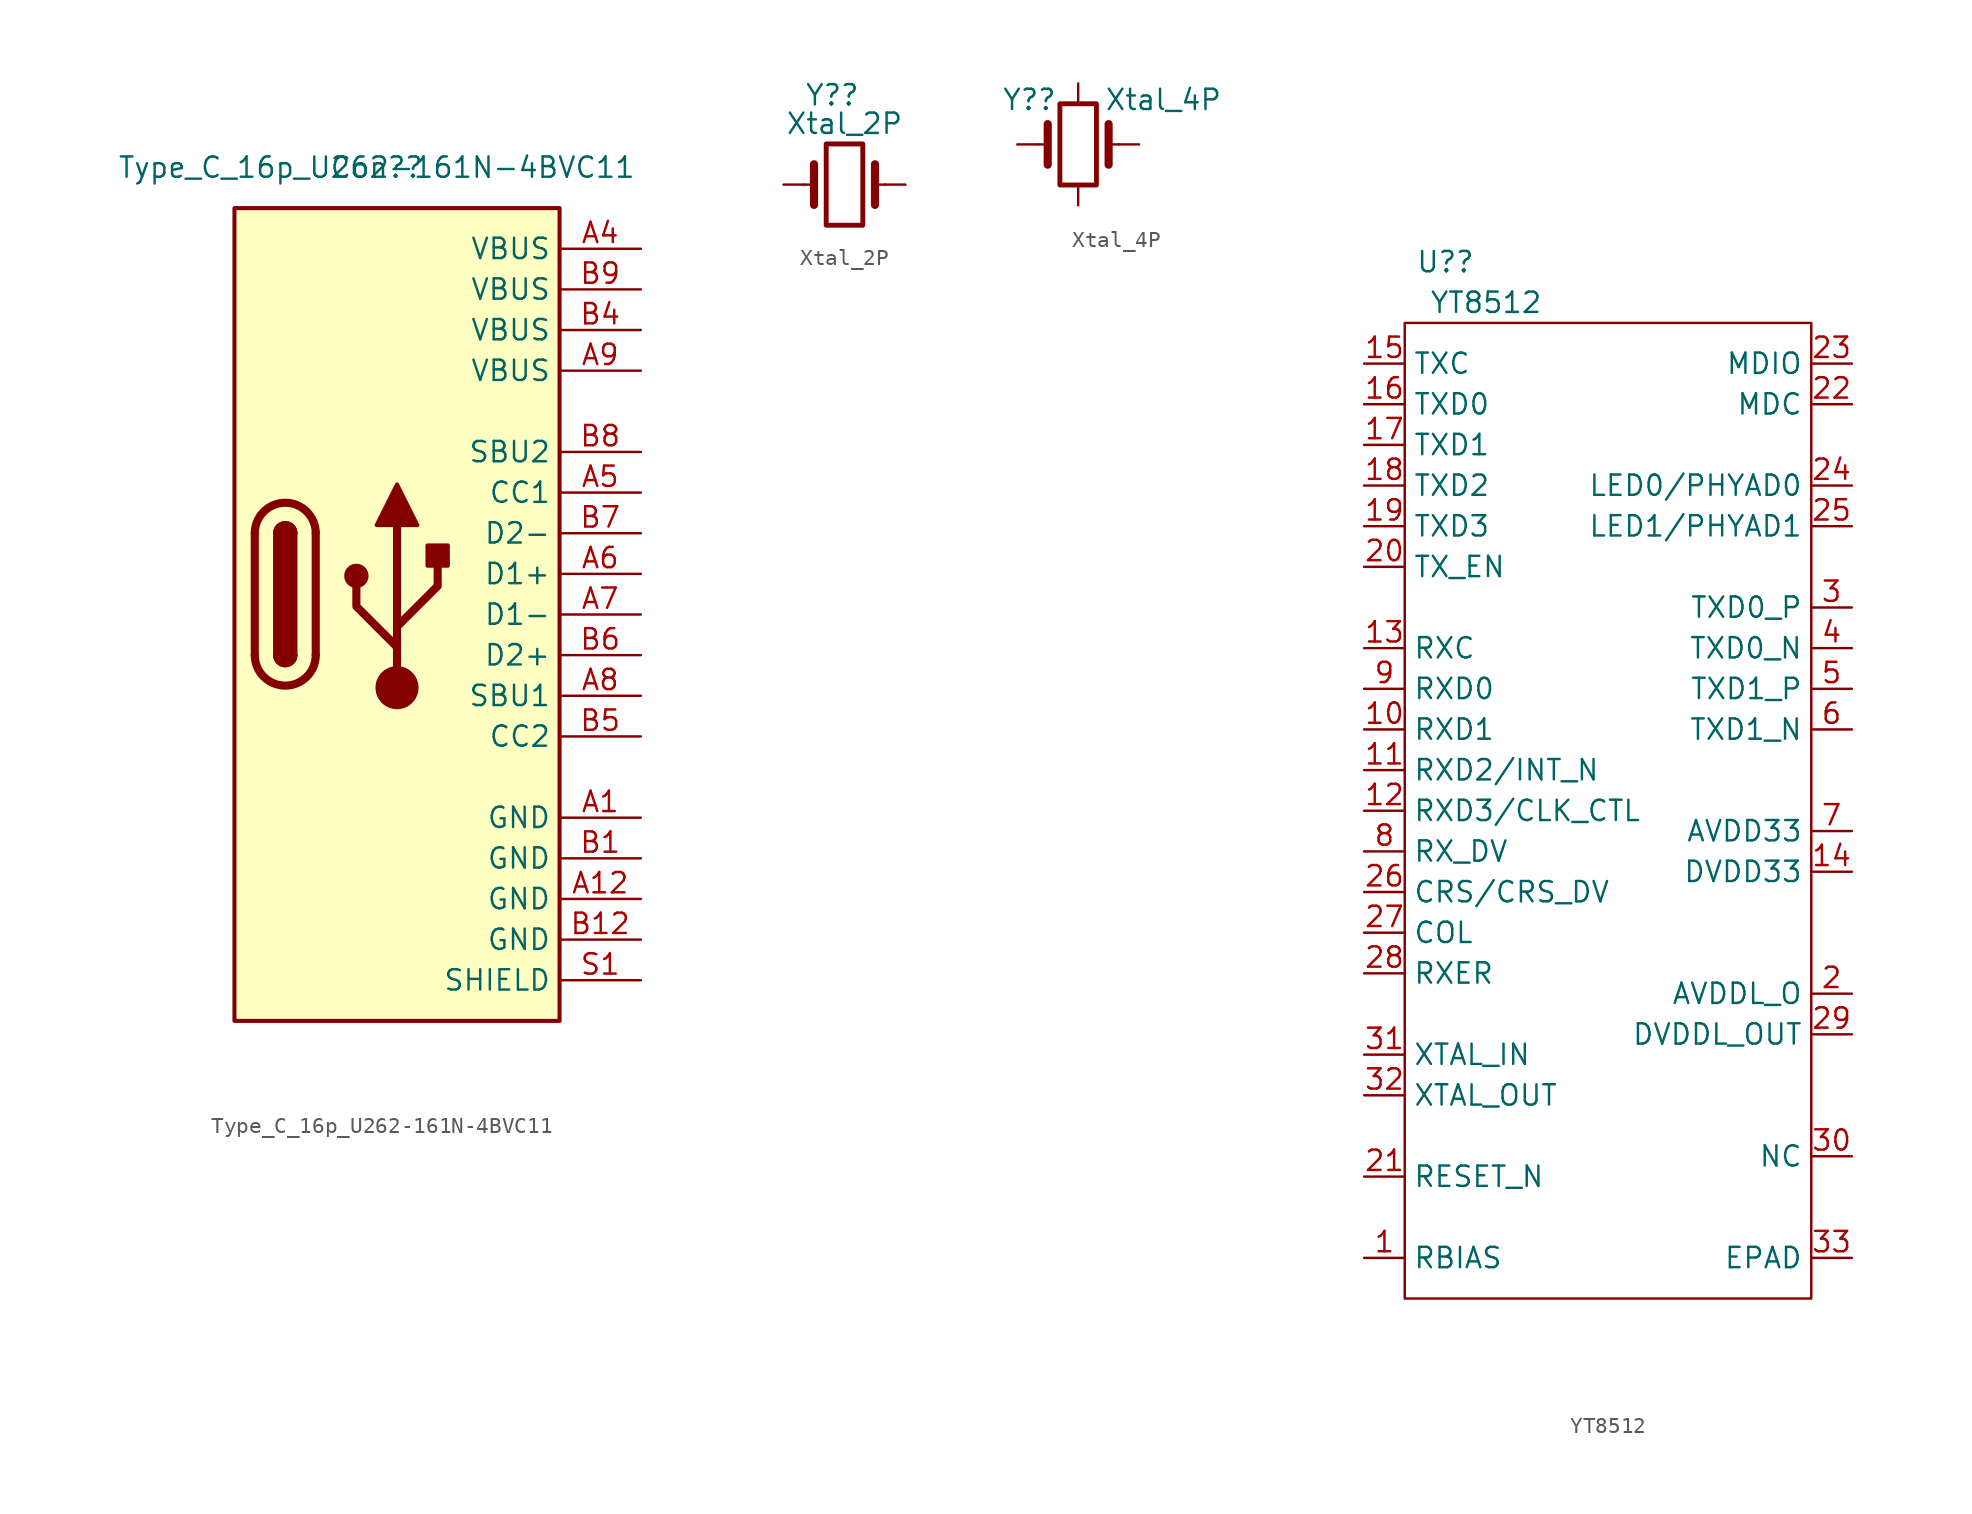
<source format=kicad_sym>
(kicad_symbol_lib
  (version 20211014)
  (generator kicad_symbol_editor)
  (symbol "Type_C_16p_U262-161N-4BVC11"
    (property "Reference" "Con?"
      (at 0 0 0)
      (effects (font (size 1.27 1.27))))
    (property "Value" "Type_C_16p_U262-161N-4BVC11"
      (at 0 0 0)
      (effects (font (size 1.27 1.27))))
    (property "Comment" ""
      (at 0 0 0)
      (effects (font (size 1.27 1.27))))
    (symbol "Type_C_16p_U262-161N-4BVC11_0_1"
      (rectangle (start -8.89 -2.54) (end 11.43 -53.34) (stroke (width 0.254) (type default) (color 0 0 0 0)) (fill (type background)))
      (arc (start -7.62 -30.48) (mid -5.715 -32.385) (end -3.81 -30.48) (stroke (width 0.508) (type default) (color 0 0 0 0)) (fill (type none)))
      (arc (start -6.35 -30.48) (mid -5.715 -31.115) (end -5.08 -30.48) (stroke (width 0.254) (type default) (color 0 0 0 0)) (fill (type none)))
      (arc (start -6.35 -30.48) (mid -5.715 -31.115) (end -5.08 -30.48) (stroke (width 0.254) (type default) (color 0 0 0 0)) (fill (type outline)))
      (rectangle (start -6.35 -30.48) (end -5.08 -22.86) (stroke (width 0.254) (type default) (color 0 0 0 0)) (fill (type outline)))
      (arc (start -5.08 -22.86) (mid -5.715 -22.225) (end -6.35 -22.86) (stroke (width 0.254) (type default) (color 0 0 0 0)) (fill (type none)))
      (arc (start -5.08 -22.86) (mid -5.715 -22.225) (end -6.35 -22.86) (stroke (width 0.254) (type default) (color 0 0 0 0)) (fill (type outline)))
      (arc (start -3.81 -22.86) (mid -5.715 -20.955) (end -7.62 -22.86) (stroke (width 0.508) (type default) (color 0 0 0 0)) (fill (type none)))
      (polyline (pts (xy -7.62 -30.48) (xy -7.62 -22.86)) (stroke (width 0.508) (type default) (color 0 0 0 0)) (fill (type none)))
      (polyline (pts (xy -3.81 -22.86) (xy -3.81 -30.48)) (stroke (width 0.508) (type default) (color 0 0 0 0)) (fill (type none))))
    (symbol "Type_C_16p_U262-161N-4BVC11_1_1"
      (circle (center -1.27 -25.527) (radius 0.635) (stroke (width 0.254) (type default) (color 0 0 0 0)) (fill (type outline)))
      (polyline (pts (xy 1.27 -32.512) (xy 1.27 -22.352)) (stroke (width 0.508) (type default) (color 0 0 0 0)) (fill (type none)))
      (polyline (pts (xy 1.27 -29.972) (xy -1.27 -27.432) (xy -1.27 -26.162)) (stroke (width 0.508) (type default) (color 0 0 0 0)) (fill (type none)))
      (polyline (pts (xy 1.27 -28.702) (xy 3.81 -26.162) (xy 3.81 -24.892)) (stroke (width 0.508) (type default) (color 0 0 0 0)) (fill (type none)))
      (polyline (pts (xy 0 -22.352) (xy 1.27 -19.812) (xy 2.54 -22.352) (xy 0 -22.352)) (stroke (width 0.254) (type default) (color 0 0 0 0)) (fill (type outline)))
      (circle (center 1.27 -32.512) (radius 1.27) (stroke (width 0) (type default) (color 0 0 0 0)) (fill (type outline)))
      (rectangle (start 3.175 -24.892) (end 4.445 -23.622) (stroke (width 0.254) (type default) (color 0 0 0 0)) (fill (type outline)))
      (pin passive line (at 16.51 -40.64 180) (length 5.08) (name "GND" (effects (font (size 1.27 1.27)))) (number "A1" (effects (font (size 1.27 1.27)))))
      (pin passive line (at 16.51 -45.72 180) (length 5.08) (name "GND" (effects (font (size 1.27 1.27)))) (number "A12" (effects (font (size 1.27 1.27)))))
      (pin passive line (at 16.51 -5.08 180) (length 5.08) (name "VBUS" (effects (font (size 1.27 1.27)))) (number "A4" (effects (font (size 1.27 1.27)))))
      (pin bidirectional line (at 16.51 -20.32 180) (length 5.08) (name "CC1" (effects (font (size 1.27 1.27)))) (number "A5" (effects (font (size 1.27 1.27)))))
      (pin bidirectional line (at 16.51 -25.4 180) (length 5.08) (name "D1+" (effects (font (size 1.27 1.27)))) (number "A6" (effects (font (size 1.27 1.27)))))
      (pin bidirectional line (at 16.51 -27.94 180) (length 5.08) (name "D1-" (effects (font (size 1.27 1.27)))) (number "A7" (effects (font (size 1.27 1.27)))))
      (pin bidirectional line (at 16.51 -33.02 180) (length 5.08) (name "SBU1" (effects (font (size 1.27 1.27)))) (number "A8" (effects (font (size 1.27 1.27)))))
      (pin passive line (at 16.51 -12.7 180) (length 5.08) (name "VBUS" (effects (font (size 1.27 1.27)))) (number "A9" (effects (font (size 1.27 1.27)))))
      (pin passive line (at 16.51 -43.18 180) (length 5.08) (name "GND" (effects (font (size 1.27 1.27)))) (number "B1" (effects (font (size 1.27 1.27)))))
      (pin passive line (at 16.51 -48.26 180) (length 5.08) (name "GND" (effects (font (size 1.27 1.27)))) (number "B12" (effects (font (size 1.27 1.27)))))
      (pin passive line (at 16.51 -10.16 180) (length 5.08) (name "VBUS" (effects (font (size 1.27 1.27)))) (number "B4" (effects (font (size 1.27 1.27)))))
      (pin bidirectional line (at 16.51 -35.56 180) (length 5.08) (name "CC2" (effects (font (size 1.27 1.27)))) (number "B5" (effects (font (size 1.27 1.27)))))
      (pin bidirectional line (at 16.51 -30.48 180) (length 5.08) (name "D2+" (effects (font (size 1.27 1.27)))) (number "B6" (effects (font (size 1.27 1.27)))))
      (pin bidirectional line (at 16.51 -22.86 180) (length 5.08) (name "D2-" (effects (font (size 1.27 1.27)))) (number "B7" (effects (font (size 1.27 1.27)))))
      (pin bidirectional line (at 16.51 -17.78 180) (length 5.08) (name "SBU2" (effects (font (size 1.27 1.27)))) (number "B8" (effects (font (size 1.27 1.27)))))
      (pin passive line (at 16.51 -7.62 180) (length 5.08) (name "VBUS" (effects (font (size 1.27 1.27)))) (number "B9" (effects (font (size 1.27 1.27)))))
      (pin passive line (at 16.51 -50.8 180) (length 5.08) (name "SHIELD" (effects (font (size 1.27 1.27)))) (number "S1" (effects (font (size 1.27 1.27)))))))
  (symbol "Xtal_2P"
    (pin_numbers hide)
    (pin_names hide)
    (property "Reference" "Y?"
      (at -0.762 5.588 0)
      (effects (font (size 1.27 1.27))))
    (property "Value" "Xtal_2P"
      (at 0 3.81 0)
      (effects (font (size 1.27 1.27))))
    (property "Comment" ""
      (at 0 0 0)
      (effects (font (size 1.27 1.27))))
    (symbol "Xtal_2P_0_1"
      (rectangle (start -1.143 2.54) (end 1.143 -2.54) (stroke (width 0.305) (type default) (color 0 0 0 0)) (fill (type none)))
      (polyline (pts (xy -2.54 0) (xy -1.905 0)) (stroke (width 0) (type default) (color 0 0 0 0)) (fill (type none)))
      (polyline (pts (xy -1.905 -1.27) (xy -1.905 1.27)) (stroke (width 0.508) (type default) (color 0 0 0 0)) (fill (type none)))
      (polyline (pts (xy 1.905 -1.27) (xy 1.905 1.27)) (stroke (width 0.508) (type default) (color 0 0 0 0)) (fill (type none)))
      (polyline (pts (xy 2.54 0) (xy 1.905 0)) (stroke (width 0) (type default) (color 0 0 0 0)) (fill (type none))))
    (symbol "Xtal_2P_1_1"
      (pin passive line (at -3.81 0 0) (length 1.27) (name "1" (effects (font (size 1.27 1.27)))) (number "1" (effects (font (size 1.27 1.27)))))
      (pin passive line (at 3.81 0 180) (length 1.27) (name "2" (effects (font (size 1.27 1.27)))) (number "2" (effects (font (size 1.27 1.27)))))))
  (symbol "Xtal_4P"
    (pin_numbers hide)
    (pin_names hide)
    (property "Reference" "Y?"
      (at -3.048 2.794 0)
      (effects (font (size 1.27 1.27))))
    (property "Value" "Xtal_4P"
      (at 5.334 2.794 0)
      (effects (font (size 1.27 1.27))))
    (property "Comment" ""
      (at 0 0 0)
      (effects (font (size 1.27 1.27))))
    (symbol "Xtal_4P_0_1"
      (rectangle (start -1.143 2.54) (end 1.143 -2.54) (stroke (width 0.305) (type default) (color 0 0 0 0)) (fill (type none)))
      (polyline (pts (xy -2.54 0) (xy -1.905 0)) (stroke (width 0) (type default) (color 0 0 0 0)) (fill (type none)))
      (polyline (pts (xy -1.905 -1.27) (xy -1.905 1.27)) (stroke (width 0.508) (type default) (color 0 0 0 0)) (fill (type none)))
      (polyline (pts (xy 1.905 -1.27) (xy 1.905 1.27)) (stroke (width 0.508) (type default) (color 0 0 0 0)) (fill (type none)))
      (polyline (pts (xy 2.54 0) (xy 1.905 0)) (stroke (width 0) (type default) (color 0 0 0 0)) (fill (type none))))
    (symbol "Xtal_4P_1_1"
      (pin passive line (at -3.81 0 0) (length 1.27) (name "1" (effects (font (size 1.27 1.27)))) (number "1" (effects (font (size 1.27 1.27)))))
      (pin power_out line (at 0 -3.81 90) (length 1.27) (name "GND" (effects (font (size 1.27 1.27)))) (number "2" (effects (font (size 1.27 1.27)))))
      (pin passive line (at 3.81 0 180) (length 1.27) (name "3" (effects (font (size 1.27 1.27)))) (number "3" (effects (font (size 1.27 1.27)))))
      (pin power_out line (at 0 3.81 270) (length 1.27) (name "GND" (effects (font (size 1.27 1.27)))) (number "4" (effects (font (size 1.27 1.27)))))))
  (symbol "YT8512"
    (property "Reference" "U?"
      (at -8.89 -5.08 0)
      (effects (font (size 1.27 1.27))))
    (property "Value" "YT8512"
      (at -6.35 -7.62 0)
      (effects (font (size 1.27 1.27))))
    (property "Comment" ""
      (at 0 0 0)
      (effects (font (size 1.27 1.27))))
    (symbol "YT8512_0_1"
      (rectangle (start -11.43 -8.89) (end 13.97 -69.85) (stroke (width 0) (type default) (color 0 0 0 0)) (fill (type none))))
    (symbol "YT8512_1_1"
      (pin output line (at -13.97 -67.31 0) (length 2.54) (name "RBIAS" (effects (font (size 1.27 1.27)))) (number "1" (effects (font (size 1.27 1.27)))))
      (pin bidirectional line (at -13.97 -34.29 0) (length 2.54) (name "RXD1" (effects (font (size 1.27 1.27)))) (number "10" (effects (font (size 1.27 1.27)))))
      (pin bidirectional line (at -13.97 -36.83 0) (length 2.54) (name "RXD2/INT_N" (effects (font (size 1.27 1.27)))) (number "11" (effects (font (size 1.27 1.27)))))
      (pin bidirectional line (at -13.97 -39.37 0) (length 2.54) (name "RXD3/CLK_CTL" (effects (font (size 1.27 1.27)))) (number "12" (effects (font (size 1.27 1.27)))))
      (pin bidirectional line (at -13.97 -29.21 0) (length 2.54) (name "RXC" (effects (font (size 1.27 1.27)))) (number "13" (effects (font (size 1.27 1.27)))))
      (pin power_out line (at 16.51 -43.18 180) (length 2.54) (name "DVDD33" (effects (font (size 1.27 1.27)))) (number "14" (effects (font (size 1.27 1.27)))))
      (pin bidirectional line (at -13.97 -11.43 0) (length 2.54) (name "TXC" (effects (font (size 1.27 1.27)))) (number "15" (effects (font (size 1.27 1.27)))))
      (pin bidirectional line (at -13.97 -13.97 0) (length 2.54) (name "TXD0" (effects (font (size 1.27 1.27)))) (number "16" (effects (font (size 1.27 1.27)))))
      (pin bidirectional line (at -13.97 -16.51 0) (length 2.54) (name "TXD1" (effects (font (size 1.27 1.27)))) (number "17" (effects (font (size 1.27 1.27)))))
      (pin bidirectional line (at -13.97 -19.05 0) (length 2.54) (name "TXD2" (effects (font (size 1.27 1.27)))) (number "18" (effects (font (size 1.27 1.27)))))
      (pin bidirectional line (at -13.97 -21.59 0) (length 2.54) (name "TXD3" (effects (font (size 1.27 1.27)))) (number "19" (effects (font (size 1.27 1.27)))))
      (pin power_out line (at 16.51 -50.8 180) (length 2.54) (name "AVDDL_O" (effects (font (size 1.27 1.27)))) (number "2" (effects (font (size 1.27 1.27)))))
      (pin bidirectional line (at -13.97 -24.13 0) (length 2.54) (name "TX_EN" (effects (font (size 1.27 1.27)))) (number "20" (effects (font (size 1.27 1.27)))))
      (pin input line (at -13.97 -62.23 0) (length 2.54) (name "RESET_N" (effects (font (size 1.27 1.27)))) (number "21" (effects (font (size 1.27 1.27)))))
      (pin bidirectional line (at 16.51 -13.97 180) (length 2.54) (name "MDC" (effects (font (size 1.27 1.27)))) (number "22" (effects (font (size 1.27 1.27)))))
      (pin bidirectional line (at 16.51 -11.43 180) (length 2.54) (name "MDIO" (effects (font (size 1.27 1.27)))) (number "23" (effects (font (size 1.27 1.27)))))
      (pin bidirectional line (at 16.51 -19.05 180) (length 2.54) (name "LED0/PHYAD0" (effects (font (size 1.27 1.27)))) (number "24" (effects (font (size 1.27 1.27)))))
      (pin bidirectional line (at 16.51 -21.59 180) (length 2.54) (name "LED1/PHYAD1" (effects (font (size 1.27 1.27)))) (number "25" (effects (font (size 1.27 1.27)))))
      (pin bidirectional line (at -13.97 -44.45 0) (length 2.54) (name "CRS/CRS_DV" (effects (font (size 1.27 1.27)))) (number "26" (effects (font (size 1.27 1.27)))))
      (pin bidirectional line (at -13.97 -46.99 0) (length 2.54) (name "COL" (effects (font (size 1.27 1.27)))) (number "27" (effects (font (size 1.27 1.27)))))
      (pin bidirectional line (at -13.97 -49.53 0) (length 2.54) (name "RXER" (effects (font (size 1.27 1.27)))) (number "28" (effects (font (size 1.27 1.27)))))
      (pin power_out line (at 16.51 -53.34 180) (length 2.54) (name "DVDDL_OUT" (effects (font (size 1.27 1.27)))) (number "29" (effects (font (size 1.27 1.27)))))
      (pin bidirectional line (at 16.51 -26.67 180) (length 2.54) (name "TXD0_P" (effects (font (size 1.27 1.27)))) (number "3" (effects (font (size 1.27 1.27)))))
      (pin free line (at 16.51 -60.96 180) (length 2.54) (name "NC" (effects (font (size 1.27 1.27)))) (number "30" (effects (font (size 1.27 1.27)))))
      (pin input line (at -13.97 -54.61 0) (length 2.54) (name "XTAL_IN" (effects (font (size 1.27 1.27)))) (number "31" (effects (font (size 1.27 1.27)))))
      (pin output line (at -13.97 -57.15 0) (length 2.54) (name "XTAL_OUT" (effects (font (size 1.27 1.27)))) (number "32" (effects (font (size 1.27 1.27)))))
      (pin power_out line (at 16.51 -67.31 180) (length 2.54) (name "EPAD" (effects (font (size 1.27 1.27)))) (number "33" (effects (font (size 1.27 1.27)))))
      (pin bidirectional line (at 16.51 -29.21 180) (length 2.54) (name "TXD0_N" (effects (font (size 1.27 1.27)))) (number "4" (effects (font (size 1.27 1.27)))))
      (pin bidirectional line (at 16.51 -31.75 180) (length 2.54) (name "TXD1_P" (effects (font (size 1.27 1.27)))) (number "5" (effects (font (size 1.27 1.27)))))
      (pin bidirectional line (at 16.51 -34.29 180) (length 2.54) (name "TXD1_N" (effects (font (size 1.27 1.27)))) (number "6" (effects (font (size 1.27 1.27)))))
      (pin power_out line (at 16.51 -40.64 180) (length 2.54) (name "AVDD33" (effects (font (size 1.27 1.27)))) (number "7" (effects (font (size 1.27 1.27)))))
      (pin bidirectional line (at -13.97 -41.91 0) (length 2.54) (name "RX_DV" (effects (font (size 1.27 1.27)))) (number "8" (effects (font (size 1.27 1.27)))))
      (pin bidirectional line (at -13.97 -31.75 0) (length 2.54) (name "RXD0" (effects (font (size 1.27 1.27)))) (number "9" (effects (font (size 1.27 1.27))))))))
</source>
